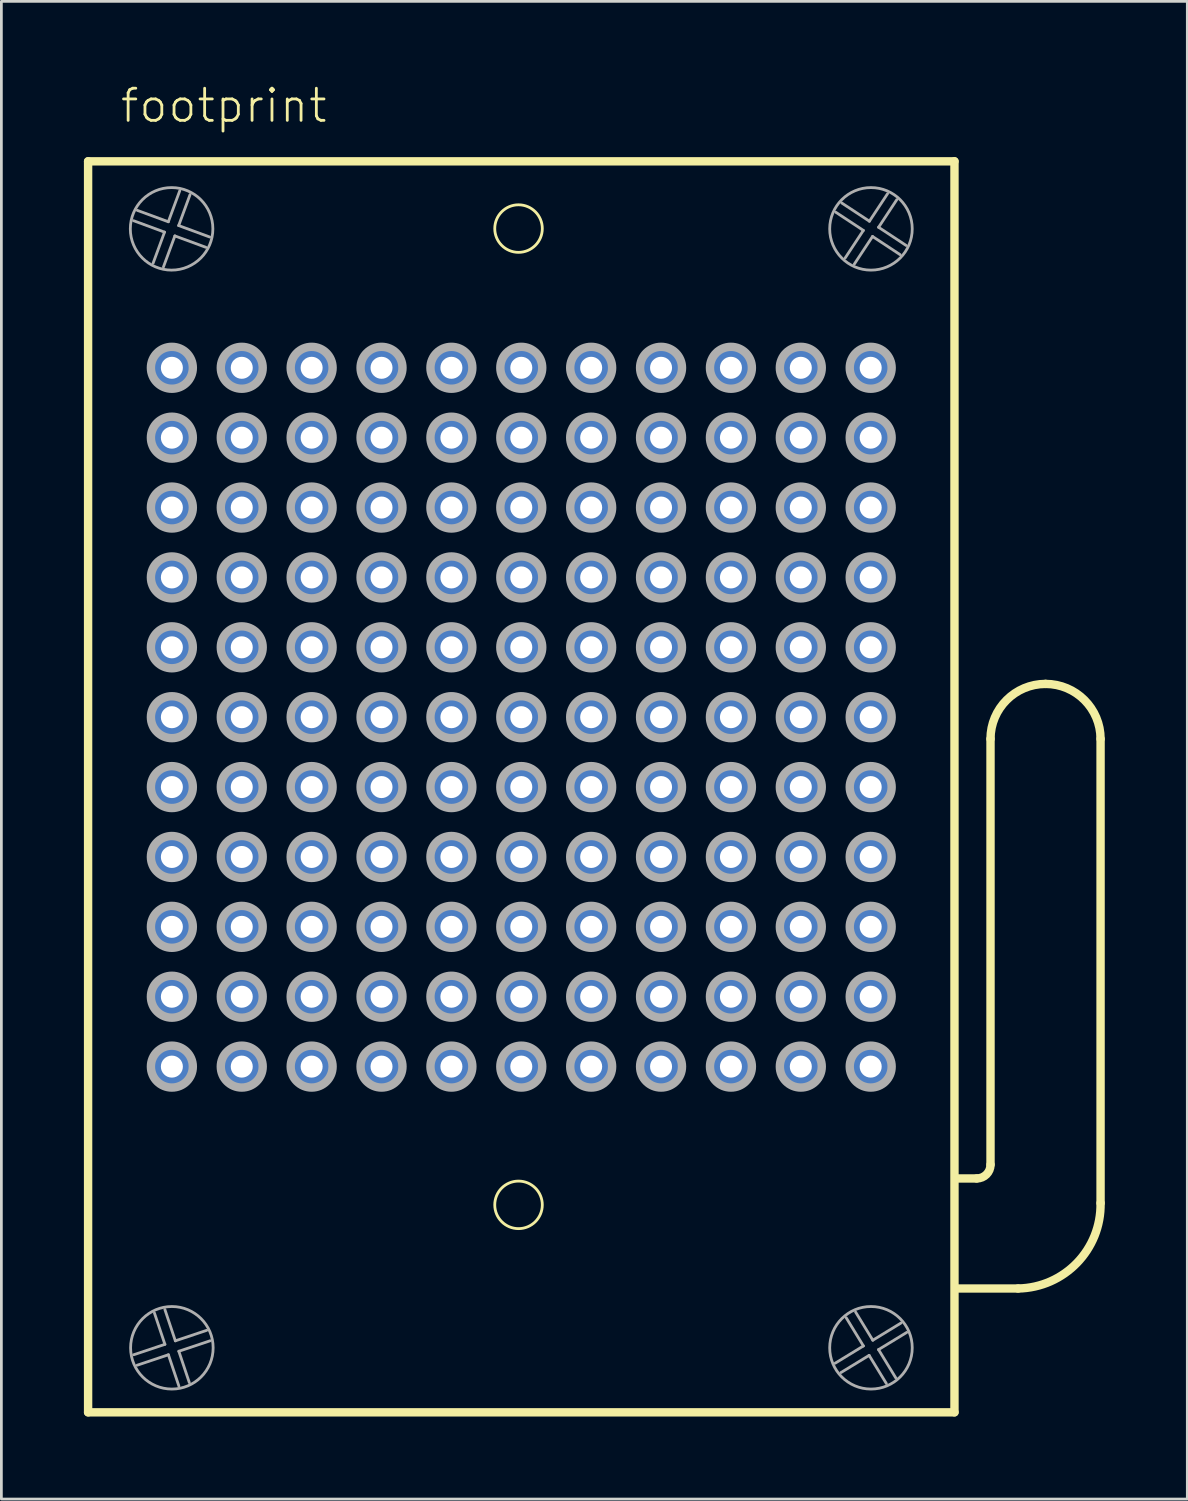
<source format=kicad_pcb>
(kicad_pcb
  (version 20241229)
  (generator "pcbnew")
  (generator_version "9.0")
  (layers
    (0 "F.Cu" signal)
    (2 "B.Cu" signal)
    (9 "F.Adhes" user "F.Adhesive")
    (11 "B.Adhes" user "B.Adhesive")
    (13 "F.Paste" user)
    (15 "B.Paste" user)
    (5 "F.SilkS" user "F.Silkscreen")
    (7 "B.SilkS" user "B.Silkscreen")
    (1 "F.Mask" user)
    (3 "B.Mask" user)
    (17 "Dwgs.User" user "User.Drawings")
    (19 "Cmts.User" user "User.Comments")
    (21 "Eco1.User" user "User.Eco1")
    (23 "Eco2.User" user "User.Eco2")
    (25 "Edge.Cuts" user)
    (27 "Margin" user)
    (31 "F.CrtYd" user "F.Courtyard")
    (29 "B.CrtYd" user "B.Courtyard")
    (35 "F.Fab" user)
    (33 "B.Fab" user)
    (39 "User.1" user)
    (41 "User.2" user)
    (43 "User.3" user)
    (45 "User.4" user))
  (footprint "footprint"
    (layer "F.Cu")
    (at 15.897 23.018)
    (property "Reference" "footprint" (at -14.635 -21.545 0) (layer "F.SilkS") (effects (font (size 1.168 1.168) (thickness 0.102)) (justify left bottom)))
    (fp_line (start -15.745 -20.205) (end 15.745 -20.205) (stroke (width 0.305) (type solid)) (layer "F.SilkS"))
    (fp_line (start -15.745 25.265) (end -15.745 -20.205) (stroke (width 0.305) (type solid)) (layer "F.SilkS"))
    (fp_line (start 15.745 -20.205) (end 15.745 25.265) (stroke (width 0.305) (type solid)) (layer "F.SilkS"))
    (fp_line (start 15.745 25.265) (end -15.745 25.265) (stroke (width 0.305) (type solid)) (layer "F.SilkS"))
    (fp_line (start 16.555 16.765) (end 15.791 16.765) (stroke (width 0.305) (type solid)) (layer "F.SilkS"))
    (fp_line (start 17.055 16.265) (end 17.055 0.79) (stroke (width 0.305) (type solid)) (layer "F.SilkS"))
    (fp_line (start 18.055 20.765) (end 15.791 20.765) (stroke (width 0.305) (type solid)) (layer "F.SilkS"))
    (fp_line (start 21.055 0.79) (end 21.055 17.66) (stroke (width 0.305) (type solid)) (layer "F.SilkS"))
    (fp_arc (start 17.055 0.79) (mid 17.640786 -0.624214) (end 19.055 -1.21) (stroke (width 0.3048) (type solid)) (layer "F.SilkS"))
    (fp_arc (start 17.055 16.265) (mid 16.908553 16.618553) (end 16.555 16.765) (stroke (width 0.3048) (type solid)) (layer "F.SilkS"))
    (fp_arc (start 19.055 -1.21) (mid 20.469214 -0.624214) (end 21.055 0.79) (stroke (width 0.3048) (type solid)) (layer "F.SilkS"))
    (fp_arc (start 21.055 17.66) (mid 20.198067 19.83382) (end 18.055 20.765) (stroke (width 0.3048) (type solid)) (layer "F.SilkS"))
    (fp_circle (center -0.1 -17.76) (end 0.764 -17.76) (stroke (width 0.102) (type solid)) (fill no) (layer "F.SilkS"))
    (fp_circle (center -0.1 17.725) (end 0.764 17.725) (stroke (width 0.102) (type solid)) (fill no) (layer "F.SilkS"))
    (fp_line (start -14.091 23.174) (end -12.953 22.794) (stroke (width 0.102) (type solid)) (layer "F.Fab"))
    (fp_line (start -13.955 -18.421) (end -12.829 -18.007) (stroke (width 0.102) (type solid)) (layer "F.Fab"))
    (fp_line (start -13.381 -16.505) (end -12.967 -17.631) (stroke (width 0.102) (type solid)) (layer "F.Fab"))
    (fp_line (start -12.967 -17.631) (end -14.093 -18.046) (stroke (width 0.102) (type solid)) (layer "F.Fab"))
    (fp_line (start -12.954 21.529) (end -12.574 22.667) (stroke (width 0.102) (type solid)) (layer "F.Fab"))
    (fp_line (start -12.953 22.794) (end -13.334 21.656) (stroke (width 0.102) (type solid)) (layer "F.Fab"))
    (fp_line (start -12.829 -18.007) (end -12.414 -19.133) (stroke (width 0.102) (type solid)) (layer "F.Fab"))
    (fp_line (start -12.826 23.173) (end -13.964 23.554) (stroke (width 0.102) (type solid)) (layer "F.Fab"))
    (fp_line (start -12.591 -17.493) (end -13.006 -16.367) (stroke (width 0.102) (type solid)) (layer "F.Fab"))
    (fp_line (start -12.574 22.667) (end -11.436 22.286) (stroke (width 0.102) (type solid)) (layer "F.Fab"))
    (fp_line (start -12.453 -17.869) (end -11.327 -17.454) (stroke (width 0.102) (type solid)) (layer "F.Fab"))
    (fp_line (start -12.447 23.046) (end -12.066 24.184) (stroke (width 0.102) (type solid)) (layer "F.Fab"))
    (fp_line (start -12.445 24.311) (end -12.826 23.173) (stroke (width 0.102) (type solid)) (layer "F.Fab"))
    (fp_line (start -12.039 -18.995) (end -12.453 -17.869) (stroke (width 0.102) (type solid)) (layer "F.Fab"))
    (fp_line (start -11.465 -17.079) (end -12.591 -17.493) (stroke (width 0.102) (type solid)) (layer "F.Fab"))
    (fp_line (start -11.309 22.665) (end -12.447 23.046) (stroke (width 0.102) (type solid)) (layer "F.Fab"))
    (fp_line (start 11.411 23.479) (end 12.435 22.853) (stroke (width 0.102) (type solid)) (layer "F.Fab"))
    (fp_line (start 11.651 -18.688) (end 12.653 -18.027) (stroke (width 0.102) (type solid)) (layer "F.Fab"))
    (fp_line (start 11.772 -16.691) (end 12.433 -17.693) (stroke (width 0.102) (type solid)) (layer "F.Fab"))
    (fp_line (start 12.151 21.621) (end 12.777 22.645) (stroke (width 0.102) (type solid)) (layer "F.Fab"))
    (fp_line (start 12.433 -17.693) (end 11.431 -18.354) (stroke (width 0.102) (type solid)) (layer "F.Fab"))
    (fp_line (start 12.435 22.853) (end 11.81 21.829) (stroke (width 0.102) (type solid)) (layer "F.Fab"))
    (fp_line (start 12.643 23.195) (end 11.619 23.82) (stroke (width 0.102) (type solid)) (layer "F.Fab"))
    (fp_line (start 12.653 -18.027) (end 13.314 -19.029) (stroke (width 0.102) (type solid)) (layer "F.Fab"))
    (fp_line (start 12.767 -17.473) (end 12.106 -16.471) (stroke (width 0.102) (type solid)) (layer "F.Fab"))
    (fp_line (start 12.777 22.645) (end 13.801 22.02) (stroke (width 0.102) (type solid)) (layer "F.Fab"))
    (fp_line (start 12.985 22.986) (end 13.61 24.011) (stroke (width 0.102) (type solid)) (layer "F.Fab"))
    (fp_line (start 12.987 -17.807) (end 13.989 -17.146) (stroke (width 0.102) (type solid)) (layer "F.Fab"))
    (fp_line (start 13.269 24.219) (end 12.643 23.195) (stroke (width 0.102) (type solid)) (layer "F.Fab"))
    (fp_line (start 13.648 -18.809) (end 12.987 -17.807) (stroke (width 0.102) (type solid)) (layer "F.Fab"))
    (fp_line (start 13.769 -16.812) (end 12.767 -17.473) (stroke (width 0.102) (type solid)) (layer "F.Fab"))
    (fp_line (start 14.009 22.361) (end 12.985 22.986) (stroke (width 0.102) (type solid)) (layer "F.Fab"))
    (fp_circle (center -12.71 -17.75) (end -11.21 -17.75) (stroke (width 0.102) (type solid)) (fill no) (layer "F.Fab"))
    (fp_circle (center -12.7 -12.7) (end -11.938 -12.7) (stroke (width 0.305) (type solid)) (fill no) (layer "F.Fab"))
    (fp_circle (center -12.7 -10.16) (end -11.938 -10.16) (stroke (width 0.305) (type solid)) (fill no) (layer "F.Fab"))
    (fp_circle (center -12.7 -7.62) (end -11.938 -7.62) (stroke (width 0.305) (type solid)) (fill no) (layer "F.Fab"))
    (fp_circle (center -12.7 -5.08) (end -11.938 -5.08) (stroke (width 0.305) (type solid)) (fill no) (layer "F.Fab"))
    (fp_circle (center -12.7 -2.54) (end -11.938 -2.54) (stroke (width 0.305) (type solid)) (fill no) (layer "F.Fab"))
    (fp_circle (center -12.7 0) (end -11.938 0) (stroke (width 0.305) (type solid)) (fill no) (layer "F.Fab"))
    (fp_circle (center -12.7 2.54) (end -11.938 2.54) (stroke (width 0.305) (type solid)) (fill no) (layer "F.Fab"))
    (fp_circle (center -12.7 5.08) (end -11.938 5.08) (stroke (width 0.305) (type solid)) (fill no) (layer "F.Fab"))
    (fp_circle (center -12.7 7.62) (end -11.938 7.62) (stroke (width 0.305) (type solid)) (fill no) (layer "F.Fab"))
    (fp_circle (center -12.7 10.16) (end -11.938 10.16) (stroke (width 0.305) (type solid)) (fill no) (layer "F.Fab"))
    (fp_circle (center -12.7 12.7) (end -11.938 12.7) (stroke (width 0.305) (type solid)) (fill no) (layer "F.Fab"))
    (fp_circle (center -12.7 22.92) (end -11.2 22.92) (stroke (width 0.102) (type solid)) (fill no) (layer "F.Fab"))
    (fp_circle (center -10.16 -12.7) (end -9.398 -12.7) (stroke (width 0.305) (type solid)) (fill no) (layer "F.Fab"))
    (fp_circle (center -10.16 -10.16) (end -9.398 -10.16) (stroke (width 0.305) (type solid)) (fill no) (layer "F.Fab"))
    (fp_circle (center -10.16 -7.62) (end -9.398 -7.62) (stroke (width 0.305) (type solid)) (fill no) (layer "F.Fab"))
    (fp_circle (center -10.16 -5.08) (end -9.398 -5.08) (stroke (width 0.305) (type solid)) (fill no) (layer "F.Fab"))
    (fp_circle (center -10.16 -2.54) (end -9.398 -2.54) (stroke (width 0.305) (type solid)) (fill no) (layer "F.Fab"))
    (fp_circle (center -10.16 0) (end -9.398 0) (stroke (width 0.305) (type solid)) (fill no) (layer "F.Fab"))
    (fp_circle (center -10.16 2.54) (end -9.398 2.54) (stroke (width 0.305) (type solid)) (fill no) (layer "F.Fab"))
    (fp_circle (center -10.16 5.08) (end -9.398 5.08) (stroke (width 0.305) (type solid)) (fill no) (layer "F.Fab"))
    (fp_circle (center -10.16 7.62) (end -9.398 7.62) (stroke (width 0.305) (type solid)) (fill no) (layer "F.Fab"))
    (fp_circle (center -10.16 10.16) (end -9.398 10.16) (stroke (width 0.305) (type solid)) (fill no) (layer "F.Fab"))
    (fp_circle (center -10.16 12.7) (end -9.398 12.7) (stroke (width 0.305) (type solid)) (fill no) (layer "F.Fab"))
    (fp_circle (center -7.62 -12.7) (end -6.858 -12.7) (stroke (width 0.305) (type solid)) (fill no) (layer "F.Fab"))
    (fp_circle (center -7.62 -10.16) (end -6.858 -10.16) (stroke (width 0.305) (type solid)) (fill no) (layer "F.Fab"))
    (fp_circle (center -7.62 -7.62) (end -6.858 -7.62) (stroke (width 0.305) (type solid)) (fill no) (layer "F.Fab"))
    (fp_circle (center -7.62 -5.08) (end -6.858 -5.08) (stroke (width 0.305) (type solid)) (fill no) (layer "F.Fab"))
    (fp_circle (center -7.62 -2.54) (end -6.858 -2.54) (stroke (width 0.305) (type solid)) (fill no) (layer "F.Fab"))
    (fp_circle (center -7.62 0) (end -6.858 0) (stroke (width 0.305) (type solid)) (fill no) (layer "F.Fab"))
    (fp_circle (center -7.62 2.54) (end -6.858 2.54) (stroke (width 0.305) (type solid)) (fill no) (layer "F.Fab"))
    (fp_circle (center -7.62 5.08) (end -6.858 5.08) (stroke (width 0.305) (type solid)) (fill no) (layer "F.Fab"))
    (fp_circle (center -7.62 7.62) (end -6.858 7.62) (stroke (width 0.305) (type solid)) (fill no) (layer "F.Fab"))
    (fp_circle (center -7.62 10.16) (end -6.858 10.16) (stroke (width 0.305) (type solid)) (fill no) (layer "F.Fab"))
    (fp_circle (center -7.62 12.7) (end -6.858 12.7) (stroke (width 0.305) (type solid)) (fill no) (layer "F.Fab"))
    (fp_circle (center -5.08 -12.7) (end -4.318 -12.7) (stroke (width 0.305) (type solid)) (fill no) (layer "F.Fab"))
    (fp_circle (center -5.08 -10.16) (end -4.318 -10.16) (stroke (width 0.305) (type solid)) (fill no) (layer "F.Fab"))
    (fp_circle (center -5.08 -7.62) (end -4.318 -7.62) (stroke (width 0.305) (type solid)) (fill no) (layer "F.Fab"))
    (fp_circle (center -5.08 -5.08) (end -4.318 -5.08) (stroke (width 0.305) (type solid)) (fill no) (layer "F.Fab"))
    (fp_circle (center -5.08 -2.54) (end -4.318 -2.54) (stroke (width 0.305) (type solid)) (fill no) (layer "F.Fab"))
    (fp_circle (center -5.08 0) (end -4.318 0) (stroke (width 0.305) (type solid)) (fill no) (layer "F.Fab"))
    (fp_circle (center -5.08 2.54) (end -4.318 2.54) (stroke (width 0.305) (type solid)) (fill no) (layer "F.Fab"))
    (fp_circle (center -5.08 5.08) (end -4.318 5.08) (stroke (width 0.305) (type solid)) (fill no) (layer "F.Fab"))
    (fp_circle (center -5.08 7.62) (end -4.318 7.62) (stroke (width 0.305) (type solid)) (fill no) (layer "F.Fab"))
    (fp_circle (center -5.08 10.16) (end -4.318 10.16) (stroke (width 0.305) (type solid)) (fill no) (layer "F.Fab"))
    (fp_circle (center -5.08 12.7) (end -4.318 12.7) (stroke (width 0.305) (type solid)) (fill no) (layer "F.Fab"))
    (fp_circle (center -2.54 -12.7) (end -1.778 -12.7) (stroke (width 0.305) (type solid)) (fill no) (layer "F.Fab"))
    (fp_circle (center -2.54 -10.16) (end -1.778 -10.16) (stroke (width 0.305) (type solid)) (fill no) (layer "F.Fab"))
    (fp_circle (center -2.54 -7.62) (end -1.778 -7.62) (stroke (width 0.305) (type solid)) (fill no) (layer "F.Fab"))
    (fp_circle (center -2.54 -5.08) (end -1.778 -5.08) (stroke (width 0.305) (type solid)) (fill no) (layer "F.Fab"))
    (fp_circle (center -2.54 -2.54) (end -1.778 -2.54) (stroke (width 0.305) (type solid)) (fill no) (layer "F.Fab"))
    (fp_circle (center -2.54 0) (end -1.778 0) (stroke (width 0.305) (type solid)) (fill no) (layer "F.Fab"))
    (fp_circle (center -2.54 2.54) (end -1.778 2.54) (stroke (width 0.305) (type solid)) (fill no) (layer "F.Fab"))
    (fp_circle (center -2.54 5.08) (end -1.778 5.08) (stroke (width 0.305) (type solid)) (fill no) (layer "F.Fab"))
    (fp_circle (center -2.54 7.62) (end -1.778 7.62) (stroke (width 0.305) (type solid)) (fill no) (layer "F.Fab"))
    (fp_circle (center -2.54 10.16) (end -1.778 10.16) (stroke (width 0.305) (type solid)) (fill no) (layer "F.Fab"))
    (fp_circle (center -2.54 12.7) (end -1.778 12.7) (stroke (width 0.305) (type solid)) (fill no) (layer "F.Fab"))
    (fp_circle (center 0 -12.7) (end 0.762 -12.7) (stroke (width 0.305) (type solid)) (fill no) (layer "F.Fab"))
    (fp_circle (center 0 -10.16) (end 0.762 -10.16) (stroke (width 0.305) (type solid)) (fill no) (layer "F.Fab"))
    (fp_circle (center 0 -7.62) (end 0.762 -7.62) (stroke (width 0.305) (type solid)) (fill no) (layer "F.Fab"))
    (fp_circle (center 0 -5.08) (end 0.762 -5.08) (stroke (width 0.305) (type solid)) (fill no) (layer "F.Fab"))
    (fp_circle (center 0 -2.54) (end 0.762 -2.54) (stroke (width 0.305) (type solid)) (fill no) (layer "F.Fab"))
    (fp_circle (center 0 0) (end 0.762 0) (stroke (width 0.305) (type solid)) (fill no) (layer "F.Fab"))
    (fp_circle (center 0 2.54) (end 0.762 2.54) (stroke (width 0.305) (type solid)) (fill no) (layer "F.Fab"))
    (fp_circle (center 0 5.08) (end 0.762 5.08) (stroke (width 0.305) (type solid)) (fill no) (layer "F.Fab"))
    (fp_circle (center 0 7.62) (end 0.762 7.62) (stroke (width 0.305) (type solid)) (fill no) (layer "F.Fab"))
    (fp_circle (center 0 10.16) (end 0.762 10.16) (stroke (width 0.305) (type solid)) (fill no) (layer "F.Fab"))
    (fp_circle (center 0 12.7) (end 0.762 12.7) (stroke (width 0.305) (type solid)) (fill no) (layer "F.Fab"))
    (fp_circle (center 2.54 -12.7) (end 3.302 -12.7) (stroke (width 0.305) (type solid)) (fill no) (layer "F.Fab"))
    (fp_circle (center 2.54 -10.16) (end 3.302 -10.16) (stroke (width 0.305) (type solid)) (fill no) (layer "F.Fab"))
    (fp_circle (center 2.54 -7.62) (end 3.302 -7.62) (stroke (width 0.305) (type solid)) (fill no) (layer "F.Fab"))
    (fp_circle (center 2.54 -5.08) (end 3.302 -5.08) (stroke (width 0.305) (type solid)) (fill no) (layer "F.Fab"))
    (fp_circle (center 2.54 -2.54) (end 3.302 -2.54) (stroke (width 0.305) (type solid)) (fill no) (layer "F.Fab"))
    (fp_circle (center 2.54 0) (end 3.302 0) (stroke (width 0.305) (type solid)) (fill no) (layer "F.Fab"))
    (fp_circle (center 2.54 2.54) (end 3.302 2.54) (stroke (width 0.305) (type solid)) (fill no) (layer "F.Fab"))
    (fp_circle (center 2.54 5.08) (end 3.302 5.08) (stroke (width 0.305) (type solid)) (fill no) (layer "F.Fab"))
    (fp_circle (center 2.54 7.62) (end 3.302 7.62) (stroke (width 0.305) (type solid)) (fill no) (layer "F.Fab"))
    (fp_circle (center 2.54 10.16) (end 3.302 10.16) (stroke (width 0.305) (type solid)) (fill no) (layer "F.Fab"))
    (fp_circle (center 2.54 12.7) (end 3.302 12.7) (stroke (width 0.305) (type solid)) (fill no) (layer "F.Fab"))
    (fp_circle (center 5.08 -12.7) (end 5.842 -12.7) (stroke (width 0.305) (type solid)) (fill no) (layer "F.Fab"))
    (fp_circle (center 5.08 -10.16) (end 5.842 -10.16) (stroke (width 0.305) (type solid)) (fill no) (layer "F.Fab"))
    (fp_circle (center 5.08 -7.62) (end 5.842 -7.62) (stroke (width 0.305) (type solid)) (fill no) (layer "F.Fab"))
    (fp_circle (center 5.08 -5.08) (end 5.842 -5.08) (stroke (width 0.305) (type solid)) (fill no) (layer "F.Fab"))
    (fp_circle (center 5.08 -2.54) (end 5.842 -2.54) (stroke (width 0.305) (type solid)) (fill no) (layer "F.Fab"))
    (fp_circle (center 5.08 0) (end 5.842 0) (stroke (width 0.305) (type solid)) (fill no) (layer "F.Fab"))
    (fp_circle (center 5.08 2.54) (end 5.842 2.54) (stroke (width 0.305) (type solid)) (fill no) (layer "F.Fab"))
    (fp_circle (center 5.08 5.08) (end 5.842 5.08) (stroke (width 0.305) (type solid)) (fill no) (layer "F.Fab"))
    (fp_circle (center 5.08 7.62) (end 5.842 7.62) (stroke (width 0.305) (type solid)) (fill no) (layer "F.Fab"))
    (fp_circle (center 5.08 10.16) (end 5.842 10.16) (stroke (width 0.305) (type solid)) (fill no) (layer "F.Fab"))
    (fp_circle (center 5.08 12.7) (end 5.842 12.7) (stroke (width 0.305) (type solid)) (fill no) (layer "F.Fab"))
    (fp_circle (center 7.62 -12.7) (end 8.382 -12.7) (stroke (width 0.305) (type solid)) (fill no) (layer "F.Fab"))
    (fp_circle (center 7.62 -10.16) (end 8.382 -10.16) (stroke (width 0.305) (type solid)) (fill no) (layer "F.Fab"))
    (fp_circle (center 7.62 -7.62) (end 8.382 -7.62) (stroke (width 0.305) (type solid)) (fill no) (layer "F.Fab"))
    (fp_circle (center 7.62 -5.08) (end 8.382 -5.08) (stroke (width 0.305) (type solid)) (fill no) (layer "F.Fab"))
    (fp_circle (center 7.62 -2.54) (end 8.382 -2.54) (stroke (width 0.305) (type solid)) (fill no) (layer "F.Fab"))
    (fp_circle (center 7.62 0) (end 8.382 0) (stroke (width 0.305) (type solid)) (fill no) (layer "F.Fab"))
    (fp_circle (center 7.62 2.54) (end 8.382 2.54) (stroke (width 0.305) (type solid)) (fill no) (layer "F.Fab"))
    (fp_circle (center 7.62 5.08) (end 8.382 5.08) (stroke (width 0.305) (type solid)) (fill no) (layer "F.Fab"))
    (fp_circle (center 7.62 7.62) (end 8.382 7.62) (stroke (width 0.305) (type solid)) (fill no) (layer "F.Fab"))
    (fp_circle (center 7.62 10.16) (end 8.382 10.16) (stroke (width 0.305) (type solid)) (fill no) (layer "F.Fab"))
    (fp_circle (center 7.62 12.7) (end 8.382 12.7) (stroke (width 0.305) (type solid)) (fill no) (layer "F.Fab"))
    (fp_circle (center 10.16 -12.7) (end 10.922 -12.7) (stroke (width 0.305) (type solid)) (fill no) (layer "F.Fab"))
    (fp_circle (center 10.16 -10.16) (end 10.922 -10.16) (stroke (width 0.305) (type solid)) (fill no) (layer "F.Fab"))
    (fp_circle (center 10.16 -7.62) (end 10.922 -7.62) (stroke (width 0.305) (type solid)) (fill no) (layer "F.Fab"))
    (fp_circle (center 10.16 -5.08) (end 10.922 -5.08) (stroke (width 0.305) (type solid)) (fill no) (layer "F.Fab"))
    (fp_circle (center 10.16 -2.54) (end 10.922 -2.54) (stroke (width 0.305) (type solid)) (fill no) (layer "F.Fab"))
    (fp_circle (center 10.16 0) (end 10.922 0) (stroke (width 0.305) (type solid)) (fill no) (layer "F.Fab"))
    (fp_circle (center 10.16 2.54) (end 10.922 2.54) (stroke (width 0.305) (type solid)) (fill no) (layer "F.Fab"))
    (fp_circle (center 10.16 5.08) (end 10.922 5.08) (stroke (width 0.305) (type solid)) (fill no) (layer "F.Fab"))
    (fp_circle (center 10.16 7.62) (end 10.922 7.62) (stroke (width 0.305) (type solid)) (fill no) (layer "F.Fab"))
    (fp_circle (center 10.16 10.16) (end 10.922 10.16) (stroke (width 0.305) (type solid)) (fill no) (layer "F.Fab"))
    (fp_circle (center 10.16 12.7) (end 10.922 12.7) (stroke (width 0.305) (type solid)) (fill no) (layer "F.Fab"))
    (fp_circle (center 12.7 -12.7) (end 13.462 -12.7) (stroke (width 0.305) (type solid)) (fill no) (layer "F.Fab"))
    (fp_circle (center 12.7 -10.16) (end 13.462 -10.16) (stroke (width 0.305) (type solid)) (fill no) (layer "F.Fab"))
    (fp_circle (center 12.7 -7.62) (end 13.462 -7.62) (stroke (width 0.305) (type solid)) (fill no) (layer "F.Fab"))
    (fp_circle (center 12.7 -5.08) (end 13.462 -5.08) (stroke (width 0.305) (type solid)) (fill no) (layer "F.Fab"))
    (fp_circle (center 12.7 -2.54) (end 13.462 -2.54) (stroke (width 0.305) (type solid)) (fill no) (layer "F.Fab"))
    (fp_circle (center 12.7 0) (end 13.462 0) (stroke (width 0.305) (type solid)) (fill no) (layer "F.Fab"))
    (fp_circle (center 12.7 2.54) (end 13.462 2.54) (stroke (width 0.305) (type solid)) (fill no) (layer "F.Fab"))
    (fp_circle (center 12.7 5.08) (end 13.462 5.08) (stroke (width 0.305) (type solid)) (fill no) (layer "F.Fab"))
    (fp_circle (center 12.7 7.62) (end 13.462 7.62) (stroke (width 0.305) (type solid)) (fill no) (layer "F.Fab"))
    (fp_circle (center 12.7 10.16) (end 13.462 10.16) (stroke (width 0.305) (type solid)) (fill no) (layer "F.Fab"))
    (fp_circle (center 12.7 12.7) (end 13.462 12.7) (stroke (width 0.305) (type solid)) (fill no) (layer "F.Fab"))
    (fp_circle (center 12.71 -17.75) (end 14.21 -17.75) (stroke (width 0.102) (type solid)) (fill no) (layer "F.Fab"))
    (fp_circle (center 12.71 22.92) (end 14.21 22.92) (stroke (width 0.102) (type solid)) (fill no) (layer "F.Fab"))
    (pad "A1" thru_hole circle (at -12.7 -12.7) (size 1.4 1.4) (drill 0.8) (layers "*.Cu" "*.Mask"))
    (pad "A2" thru_hole circle (at -10.16 -12.7) (size 1.4 1.4) (drill 0.8) (layers "*.Cu" "*.Mask"))
    (pad "A3" thru_hole circle (at -7.62 -12.7) (size 1.4 1.4) (drill 0.8) (layers "*.Cu" "*.Mask"))
    (pad "A4" thru_hole circle (at -5.08 -12.7) (size 1.4 1.4) (drill 0.8) (layers "*.Cu" "*.Mask"))
    (pad "A5" thru_hole circle (at -2.54 -12.7) (size 1.4 1.4) (drill 0.8) (layers "*.Cu" "*.Mask"))
    (pad "A6" thru_hole circle (at 0 -12.7) (size 1.4 1.4) (drill 0.8) (layers "*.Cu" "*.Mask"))
    (pad "A7" thru_hole circle (at 2.54 -12.7) (size 1.4 1.4) (drill 0.8) (layers "*.Cu" "*.Mask"))
    (pad "A8" thru_hole circle (at 5.08 -12.7) (size 1.4 1.4) (drill 0.8) (layers "*.Cu" "*.Mask"))
    (pad "A9" thru_hole circle (at 7.62 -12.7) (size 1.4 1.4) (drill 0.8) (layers "*.Cu" "*.Mask"))
    (pad "A10" thru_hole circle (at 10.16 -12.7) (size 1.4 1.4) (drill 0.8) (layers "*.Cu" "*.Mask"))
    (pad "A11" thru_hole circle (at 12.7 -12.7) (size 1.4 1.4) (drill 0.8) (layers "*.Cu" "*.Mask"))
    (pad "B1" thru_hole circle (at -12.7 -10.16) (size 1.4 1.4) (drill 0.8) (layers "*.Cu" "*.Mask"))
    (pad "B2" thru_hole circle (at -10.16 -10.16) (size 1.4 1.4) (drill 0.8) (layers "*.Cu" "*.Mask"))
    (pad "B3" thru_hole circle (at -7.62 -10.16) (size 1.4 1.4) (drill 0.8) (layers "*.Cu" "*.Mask"))
    (pad "B4" thru_hole circle (at -5.08 -10.16) (size 1.4 1.4) (drill 0.8) (layers "*.Cu" "*.Mask"))
    (pad "B5" thru_hole circle (at -2.54 -10.16) (size 1.4 1.4) (drill 0.8) (layers "*.Cu" "*.Mask"))
    (pad "B6" thru_hole circle (at 0 -10.16) (size 1.4 1.4) (drill 0.8) (layers "*.Cu" "*.Mask"))
    (pad "B7" thru_hole circle (at 2.54 -10.16) (size 1.4 1.4) (drill 0.8) (layers "*.Cu" "*.Mask"))
    (pad "B8" thru_hole circle (at 5.08 -10.16) (size 1.4 1.4) (drill 0.8) (layers "*.Cu" "*.Mask"))
    (pad "B9" thru_hole circle (at 7.62 -10.16) (size 1.4 1.4) (drill 0.8) (layers "*.Cu" "*.Mask"))
    (pad "B10" thru_hole circle (at 10.16 -10.16) (size 1.4 1.4) (drill 0.8) (layers "*.Cu" "*.Mask"))
    (pad "B11" thru_hole circle (at 12.7 -10.16) (size 1.4 1.4) (drill 0.8) (layers "*.Cu" "*.Mask"))
    (pad "C1" thru_hole circle (at -12.7 -7.62) (size 1.4 1.4) (drill 0.8) (layers "*.Cu" "*.Mask"))
    (pad "C2" thru_hole circle (at -10.16 -7.62) (size 1.4 1.4) (drill 0.8) (layers "*.Cu" "*.Mask"))
    (pad "C3" thru_hole circle (at -7.62 -7.62) (size 1.4 1.4) (drill 0.8) (layers "*.Cu" "*.Mask"))
    (pad "C4" thru_hole circle (at -5.08 -7.62) (size 1.4 1.4) (drill 0.8) (layers "*.Cu" "*.Mask"))
    (pad "C5" thru_hole circle (at -2.54 -7.62) (size 1.4 1.4) (drill 0.8) (layers "*.Cu" "*.Mask"))
    (pad "C6" thru_hole circle (at 0 -7.62) (size 1.4 1.4) (drill 0.8) (layers "*.Cu" "*.Mask"))
    (pad "C7" thru_hole circle (at 2.54 -7.62) (size 1.4 1.4) (drill 0.8) (layers "*.Cu" "*.Mask"))
    (pad "C8" thru_hole circle (at 5.08 -7.62) (size 1.4 1.4) (drill 0.8) (layers "*.Cu" "*.Mask"))
    (pad "C9" thru_hole circle (at 7.62 -7.62) (size 1.4 1.4) (drill 0.8) (layers "*.Cu" "*.Mask"))
    (pad "C10" thru_hole circle (at 10.16 -7.62) (size 1.4 1.4) (drill 0.8) (layers "*.Cu" "*.Mask"))
    (pad "C11" thru_hole circle (at 12.7 -7.62) (size 1.4 1.4) (drill 0.8) (layers "*.Cu" "*.Mask"))
    (pad "D1" thru_hole circle (at -12.7 -5.08) (size 1.4 1.4) (drill 0.8) (layers "*.Cu" "*.Mask"))
    (pad "D2" thru_hole circle (at -10.16 -5.08) (size 1.4 1.4) (drill 0.8) (layers "*.Cu" "*.Mask"))
    (pad "D3" thru_hole circle (at -7.62 -5.08) (size 1.4 1.4) (drill 0.8) (layers "*.Cu" "*.Mask"))
    (pad "D4" thru_hole circle (at -5.08 -5.08) (size 1.4 1.4) (drill 0.8) (layers "*.Cu" "*.Mask"))
    (pad "D5" thru_hole circle (at -2.54 -5.08) (size 1.4 1.4) (drill 0.8) (layers "*.Cu" "*.Mask"))
    (pad "D6" thru_hole circle (at 0 -5.08) (size 1.4 1.4) (drill 0.8) (layers "*.Cu" "*.Mask"))
    (pad "D7" thru_hole circle (at 2.54 -5.08) (size 1.4 1.4) (drill 0.8) (layers "*.Cu" "*.Mask"))
    (pad "D8" thru_hole circle (at 5.08 -5.08) (size 1.4 1.4) (drill 0.8) (layers "*.Cu" "*.Mask"))
    (pad "D9" thru_hole circle (at 7.62 -5.08) (size 1.4 1.4) (drill 0.8) (layers "*.Cu" "*.Mask"))
    (pad "D10" thru_hole circle (at 10.16 -5.08) (size 1.4 1.4) (drill 0.8) (layers "*.Cu" "*.Mask"))
    (pad "D11" thru_hole circle (at 12.7 -5.08) (size 1.4 1.4) (drill 0.8) (layers "*.Cu" "*.Mask"))
    (pad "E1" thru_hole circle (at -12.7 -2.54) (size 1.4 1.4) (drill 0.8) (layers "*.Cu" "*.Mask"))
    (pad "E2" thru_hole circle (at -10.16 -2.54) (size 1.4 1.4) (drill 0.8) (layers "*.Cu" "*.Mask"))
    (pad "E3" thru_hole circle (at -7.62 -2.54) (size 1.4 1.4) (drill 0.8) (layers "*.Cu" "*.Mask"))
    (pad "E4" thru_hole circle (at -5.08 -2.54) (size 1.4 1.4) (drill 0.8) (layers "*.Cu" "*.Mask"))
    (pad "E5" thru_hole circle (at -2.54 -2.54) (size 1.4 1.4) (drill 0.8) (layers "*.Cu" "*.Mask"))
    (pad "E6" thru_hole circle (at 0 -2.54) (size 1.4 1.4) (drill 0.8) (layers "*.Cu" "*.Mask"))
    (pad "E7" thru_hole circle (at 2.54 -2.54) (size 1.4 1.4) (drill 0.8) (layers "*.Cu" "*.Mask"))
    (pad "E8" thru_hole circle (at 5.08 -2.54) (size 1.4 1.4) (drill 0.8) (layers "*.Cu" "*.Mask"))
    (pad "E9" thru_hole circle (at 7.62 -2.54) (size 1.4 1.4) (drill 0.8) (layers "*.Cu" "*.Mask"))
    (pad "E10" thru_hole circle (at 10.16 -2.54) (size 1.4 1.4) (drill 0.8) (layers "*.Cu" "*.Mask"))
    (pad "E11" thru_hole circle (at 12.7 -2.54) (size 1.4 1.4) (drill 0.8) (layers "*.Cu" "*.Mask"))
    (pad "F1" thru_hole circle (at -12.7 0) (size 1.4 1.4) (drill 0.8) (layers "*.Cu" "*.Mask"))
    (pad "F2" thru_hole circle (at -10.16 0) (size 1.4 1.4) (drill 0.8) (layers "*.Cu" "*.Mask"))
    (pad "F3" thru_hole circle (at -7.62 0) (size 1.4 1.4) (drill 0.8) (layers "*.Cu" "*.Mask"))
    (pad "F4" thru_hole circle (at -5.08 0) (size 1.4 1.4) (drill 0.8) (layers "*.Cu" "*.Mask"))
    (pad "F5" thru_hole circle (at -2.54 0) (size 1.4 1.4) (drill 0.8) (layers "*.Cu" "*.Mask"))
    (pad "F6" thru_hole circle (at 0 0) (size 1.4 1.4) (drill 0.8) (layers "*.Cu" "*.Mask"))
    (pad "F7" thru_hole circle (at 2.54 0) (size 1.4 1.4) (drill 0.8) (layers "*.Cu" "*.Mask"))
    (pad "F8" thru_hole circle (at 5.08 0) (size 1.4 1.4) (drill 0.8) (layers "*.Cu" "*.Mask"))
    (pad "F9" thru_hole circle (at 7.62 0) (size 1.4 1.4) (drill 0.8) (layers "*.Cu" "*.Mask"))
    (pad "F10" thru_hole circle (at 10.16 0) (size 1.4 1.4) (drill 0.8) (layers "*.Cu" "*.Mask"))
    (pad "F11" thru_hole circle (at 12.7 0) (size 1.4 1.4) (drill 0.8) (layers "*.Cu" "*.Mask"))
    (pad "G1" thru_hole circle (at -12.7 2.54) (size 1.4 1.4) (drill 0.8) (layers "*.Cu" "*.Mask"))
    (pad "G2" thru_hole circle (at -10.16 2.54) (size 1.4 1.4) (drill 0.8) (layers "*.Cu" "*.Mask"))
    (pad "G3" thru_hole circle (at -7.62 2.54) (size 1.4 1.4) (drill 0.8) (layers "*.Cu" "*.Mask"))
    (pad "G4" thru_hole circle (at -5.08 2.54) (size 1.4 1.4) (drill 0.8) (layers "*.Cu" "*.Mask"))
    (pad "G5" thru_hole circle (at -2.54 2.54) (size 1.4 1.4) (drill 0.8) (layers "*.Cu" "*.Mask"))
    (pad "G6" thru_hole circle (at 0 2.54) (size 1.4 1.4) (drill 0.8) (layers "*.Cu" "*.Mask"))
    (pad "G7" thru_hole circle (at 2.54 2.54) (size 1.4 1.4) (drill 0.8) (layers "*.Cu" "*.Mask"))
    (pad "G8" thru_hole circle (at 5.08 2.54) (size 1.4 1.4) (drill 0.8) (layers "*.Cu" "*.Mask"))
    (pad "G9" thru_hole circle (at 7.62 2.54) (size 1.4 1.4) (drill 0.8) (layers "*.Cu" "*.Mask"))
    (pad "G10" thru_hole circle (at 10.16 2.54) (size 1.4 1.4) (drill 0.8) (layers "*.Cu" "*.Mask"))
    (pad "G11" thru_hole circle (at 12.7 2.54) (size 1.4 1.4) (drill 0.8) (layers "*.Cu" "*.Mask"))
    (pad "H1" thru_hole circle (at -12.7 5.08) (size 1.4 1.4) (drill 0.8) (layers "*.Cu" "*.Mask"))
    (pad "H2" thru_hole circle (at -10.16 5.08) (size 1.4 1.4) (drill 0.8) (layers "*.Cu" "*.Mask"))
    (pad "H3" thru_hole circle (at -7.62 5.08) (size 1.4 1.4) (drill 0.8) (layers "*.Cu" "*.Mask"))
    (pad "H4" thru_hole circle (at -5.08 5.08) (size 1.4 1.4) (drill 0.8) (layers "*.Cu" "*.Mask"))
    (pad "H5" thru_hole circle (at -2.54 5.08) (size 1.4 1.4) (drill 0.8) (layers "*.Cu" "*.Mask"))
    (pad "H6" thru_hole circle (at 0 5.08) (size 1.4 1.4) (drill 0.8) (layers "*.Cu" "*.Mask"))
    (pad "H7" thru_hole circle (at 2.54 5.08) (size 1.4 1.4) (drill 0.8) (layers "*.Cu" "*.Mask"))
    (pad "H8" thru_hole circle (at 5.08 5.08) (size 1.4 1.4) (drill 0.8) (layers "*.Cu" "*.Mask"))
    (pad "H9" thru_hole circle (at 7.62 5.08) (size 1.4 1.4) (drill 0.8) (layers "*.Cu" "*.Mask"))
    (pad "H10" thru_hole circle (at 10.16 5.08) (size 1.4 1.4) (drill 0.8) (layers "*.Cu" "*.Mask"))
    (pad "H11" thru_hole circle (at 12.7 5.08) (size 1.4 1.4) (drill 0.8) (layers "*.Cu" "*.Mask"))
    (pad "J1" thru_hole circle (at -12.7 7.62) (size 1.4 1.4) (drill 0.8) (layers "*.Cu" "*.Mask"))
    (pad "J2" thru_hole circle (at -10.16 7.62) (size 1.4 1.4) (drill 0.8) (layers "*.Cu" "*.Mask"))
    (pad "J3" thru_hole circle (at -7.62 7.62) (size 1.4 1.4) (drill 0.8) (layers "*.Cu" "*.Mask"))
    (pad "J4" thru_hole circle (at -5.08 7.62) (size 1.4 1.4) (drill 0.8) (layers "*.Cu" "*.Mask"))
    (pad "J5" thru_hole circle (at -2.54 7.62) (size 1.4 1.4) (drill 0.8) (layers "*.Cu" "*.Mask"))
    (pad "J6" thru_hole circle (at 0 7.62) (size 1.4 1.4) (drill 0.8) (layers "*.Cu" "*.Mask"))
    (pad "J7" thru_hole circle (at 2.54 7.62) (size 1.4 1.4) (drill 0.8) (layers "*.Cu" "*.Mask"))
    (pad "J8" thru_hole circle (at 5.08 7.62) (size 1.4 1.4) (drill 0.8) (layers "*.Cu" "*.Mask"))
    (pad "J9" thru_hole circle (at 7.62 7.62) (size 1.4 1.4) (drill 0.8) (layers "*.Cu" "*.Mask"))
    (pad "J10" thru_hole circle (at 10.16 7.62) (size 1.4 1.4) (drill 0.8) (layers "*.Cu" "*.Mask"))
    (pad "J11" thru_hole circle (at 12.7 7.62) (size 1.4 1.4) (drill 0.8) (layers "*.Cu" "*.Mask"))
    (pad "K1" thru_hole circle (at -12.7 10.16) (size 1.4 1.4) (drill 0.8) (layers "*.Cu" "*.Mask"))
    (pad "K2" thru_hole circle (at -10.16 10.16) (size 1.4 1.4) (drill 0.8) (layers "*.Cu" "*.Mask"))
    (pad "K3" thru_hole circle (at -7.62 10.16) (size 1.4 1.4) (drill 0.8) (layers "*.Cu" "*.Mask"))
    (pad "K4" thru_hole circle (at -5.08 10.16) (size 1.4 1.4) (drill 0.8) (layers "*.Cu" "*.Mask"))
    (pad "K5" thru_hole circle (at -2.54 10.16) (size 1.4 1.4) (drill 0.8) (layers "*.Cu" "*.Mask"))
    (pad "K6" thru_hole circle (at 0 10.16) (size 1.4 1.4) (drill 0.8) (layers "*.Cu" "*.Mask"))
    (pad "K7" thru_hole circle (at 2.54 10.16) (size 1.4 1.4) (drill 0.8) (layers "*.Cu" "*.Mask"))
    (pad "K8" thru_hole circle (at 5.08 10.16) (size 1.4 1.4) (drill 0.8) (layers "*.Cu" "*.Mask"))
    (pad "K9" thru_hole circle (at 7.62 10.16) (size 1.4 1.4) (drill 0.8) (layers "*.Cu" "*.Mask"))
    (pad "K10" thru_hole circle (at 10.16 10.16) (size 1.4 1.4) (drill 0.8) (layers "*.Cu" "*.Mask"))
    (pad "K11" thru_hole circle (at 12.7 10.16) (size 1.4 1.4) (drill 0.8) (layers "*.Cu" "*.Mask"))
    (pad "L1" thru_hole circle (at -12.7 12.7) (size 1.4 1.4) (drill 0.8) (layers "*.Cu" "*.Mask"))
    (pad "L2" thru_hole circle (at -10.16 12.7) (size 1.4 1.4) (drill 0.8) (layers "*.Cu" "*.Mask"))
    (pad "L3" thru_hole circle (at -7.62 12.7) (size 1.4 1.4) (drill 0.8) (layers "*.Cu" "*.Mask"))
    (pad "L4" thru_hole circle (at -5.08 12.7) (size 1.4 1.4) (drill 0.8) (layers "*.Cu" "*.Mask"))
    (pad "L5" thru_hole circle (at -2.54 12.7) (size 1.4 1.4) (drill 0.8) (layers "*.Cu" "*.Mask"))
    (pad "L6" thru_hole circle (at 0 12.7) (size 1.4 1.4) (drill 0.8) (layers "*.Cu" "*.Mask"))
    (pad "L7" thru_hole circle (at 2.54 12.7) (size 1.4 1.4) (drill 0.8) (layers "*.Cu" "*.Mask"))
    (pad "L8" thru_hole circle (at 5.08 12.7) (size 1.4 1.4) (drill 0.8) (layers "*.Cu" "*.Mask"))
    (pad "L9" thru_hole circle (at 7.62 12.7) (size 1.4 1.4) (drill 0.8) (layers "*.Cu" "*.Mask"))
    (pad "L10" thru_hole circle (at 10.16 12.7) (size 1.4 1.4) (drill 0.8) (layers "*.Cu" "*.Mask"))
    (pad "L11" thru_hole circle (at 12.7 12.7) (size 1.4 1.4) (drill 0.8) (layers "*.Cu" "*.Mask")))
  (gr_rect
    (start -3 -3)
    (end 40.105 51.436)
    (stroke (width 0.1) (type default))
    (fill no)
    (layer "Edge.Cuts")))
</source>
